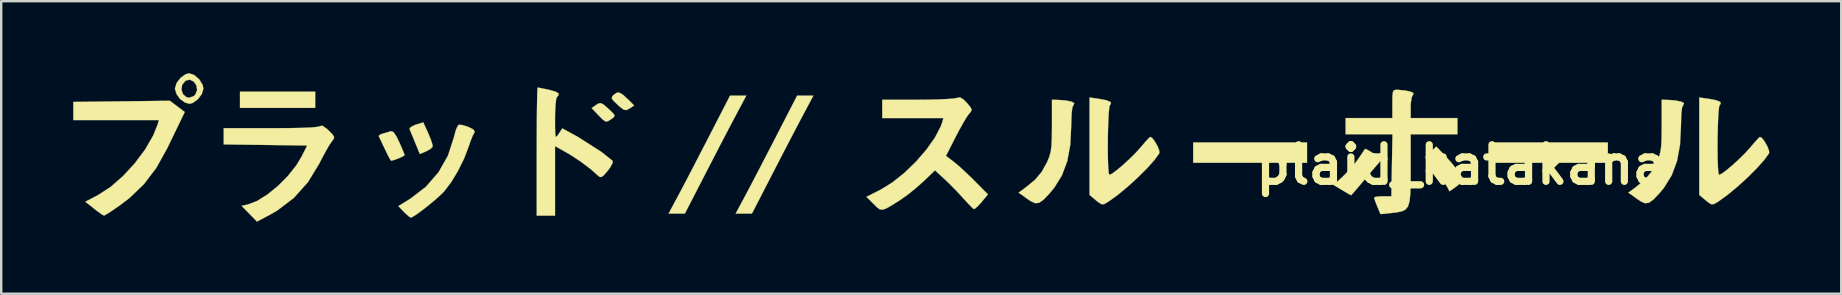
<source format=kicad_pcb>
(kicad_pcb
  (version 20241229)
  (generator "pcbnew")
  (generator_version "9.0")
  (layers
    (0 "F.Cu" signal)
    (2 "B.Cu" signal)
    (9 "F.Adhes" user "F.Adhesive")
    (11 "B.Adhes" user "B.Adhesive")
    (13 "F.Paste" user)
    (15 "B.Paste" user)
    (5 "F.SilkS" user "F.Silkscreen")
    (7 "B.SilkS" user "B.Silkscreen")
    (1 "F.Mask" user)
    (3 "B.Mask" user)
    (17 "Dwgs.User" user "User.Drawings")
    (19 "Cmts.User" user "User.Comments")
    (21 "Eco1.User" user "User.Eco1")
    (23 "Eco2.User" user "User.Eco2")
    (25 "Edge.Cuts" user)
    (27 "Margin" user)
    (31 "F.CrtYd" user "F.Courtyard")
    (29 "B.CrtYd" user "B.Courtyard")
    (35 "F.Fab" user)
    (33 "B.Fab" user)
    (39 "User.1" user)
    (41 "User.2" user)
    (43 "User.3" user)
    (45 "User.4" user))
  (footprint "plaid_katakana"
    (layer "F.Cu")
    (at 57.832 3.815)
    (property "Reference" "plaid_katakana" (at 0 0 0) (layer "F.SilkS") (effects (font (size 1.524 1.524) (thickness 0.3))))
    (attr through_hole)
    (fp_poly (pts (xy -47.752 -2.371) (xy -50.885 -2.371) (xy -50.885 -3.048) (xy -47.752 -3.048) (xy -47.752 -2.371)) (stroke (width 0.01) (type solid)) (fill yes) (layer "F.SilkS"))
    (fp_poly (pts (xy -6.435 -0.085) (xy -11.176 -0.085) (xy -11.176 -0.931) (xy -6.435 -0.931) (xy -6.435 -0.085)) (stroke (width 0.01) (type solid)) (fill yes) (layer "F.SilkS"))
    (fp_poly (pts (xy 6.096 -0.085) (xy 1.355 -0.085) (xy 1.355 -0.931) (xy 6.096 -0.931) (xy 6.096 -0.085)) (stroke (width 0.01) (type solid)) (fill yes) (layer "F.SilkS"))
    (fp_poly (pts (xy -35.727 -2.501) (xy -35.547 -2.344) (xy -35.378 -2.183) (xy -35.279 -2.069) (xy -35.308 -1.988) (xy -35.412 -1.908) (xy -35.55 -1.818) (xy -35.649 -1.802) (xy -35.761 -1.873) (xy -35.935 -2.049) (xy -35.961 -2.076) (xy -36.235 -2.363) (xy -36.05 -2.492) (xy -35.942 -2.558) (xy -35.846 -2.566) (xy -35.727 -2.501)) (stroke (width 0.01) (type solid)) (fill yes) (layer "F.SilkS"))
    (fp_poly (pts (xy -35.067 -3.002) (xy -34.913 -2.903) (xy -34.687 -2.692) (xy -34.653 -2.658) (xy -34.466 -2.47) (xy -34.657 -2.345) (xy -34.781 -2.28) (xy -34.891 -2.292) (xy -35.038 -2.398) (xy -35.153 -2.501) (xy -35.332 -2.672) (xy -35.4 -2.775) (xy -35.372 -2.856) (xy -35.3 -2.927) (xy -35.184 -3.005) (xy -35.067 -3.002)) (stroke (width 0.01) (type solid)) (fill yes) (layer "F.SilkS"))
    (fp_poly (pts (xy -43.039 -1.306) (xy -42.931 -1.044) (xy -42.867 -0.84) (xy -42.859 -0.753) (xy -42.952 -0.658) (xy -43.134 -0.558) (xy -43.141 -0.555) (xy -43.392 -0.449) (xy -43.587 -0.923) (xy -43.697 -1.191) (xy -43.785 -1.4) (xy -43.822 -1.488) (xy -43.778 -1.567) (xy -43.616 -1.652) (xy -43.557 -1.672) (xy -43.25 -1.767) (xy -43.039 -1.306)) (stroke (width 0.01) (type solid)) (fill yes) (layer "F.SilkS"))
    (fp_poly (pts (xy -30.168 -2.18) (xy -30.319 -1.895) (xy -30.53 -1.493) (xy -30.784 -1.008) (xy -31.062 -0.472) (xy -31.347 0.08) (xy -31.448 0.275) (xy -32.353 2.032) (xy -33.029 2.032) (xy -32.654 1.333) (xy -32.503 1.049) (xy -32.292 0.647) (xy -32.039 0.161) (xy -31.761 -0.375) (xy -31.475 -0.927) (xy -31.375 -1.122) (xy -30.47 -2.879) (xy -29.794 -2.879) (xy -30.168 -2.18)) (stroke (width 0.01) (type solid)) (fill yes) (layer "F.SilkS"))
    (fp_poly (pts (xy -27.374 -2.18) (xy -27.525 -1.895) (xy -27.736 -1.493) (xy -27.99 -1.008) (xy -28.268 -0.472) (xy -28.553 0.08) (xy -28.654 0.275) (xy -29.559 2.032) (xy -30.235 2.032) (xy -29.86 1.333) (xy -29.709 1.049) (xy -29.498 0.647) (xy -29.245 0.161) (xy -28.967 -0.375) (xy -28.681 -0.927) (xy -28.581 -1.122) (xy -27.676 -2.879) (xy -27 -2.879) (xy -27.374 -2.18)) (stroke (width 0.01) (type solid)) (fill yes) (layer "F.SilkS"))
    (fp_poly (pts (xy -0.707 -0.402) (xy -0.395 -0.057) (xy -0.154 0.248) (xy 0.001 0.488) (xy 0.054 0.642) (xy 0.047 0.67) (xy -0.053 0.773) (xy -0.228 0.913) (xy -0.252 0.93) (xy -0.499 1.106) (xy -0.6 0.913) (xy -0.701 0.753) (xy -0.872 0.51) (xy -1.08 0.234) (xy -1.106 0.2) (xy -1.511 -0.319) (xy -1.281 -0.54) (xy -1.05 -0.761) (xy -0.707 -0.402)) (stroke (width 0.01) (type solid)) (fill yes) (layer "F.SilkS"))
    (fp_poly (pts (xy -44.498 -1.369) (xy -44.374 -1.195) (xy -44.252 -0.946) (xy -44.136 -0.682) (xy -44.055 -0.485) (xy -44.027 -0.4) (xy -44.096 -0.351) (xy -44.256 -0.278) (xy -44.439 -0.208) (xy -44.576 -0.171) (xy -44.591 -0.169) (xy -44.639 -0.24) (xy -44.736 -0.423) (xy -44.849 -0.656) (xy -44.972 -0.917) (xy -45.065 -1.114) (xy -45.106 -1.196) (xy -45.058 -1.254) (xy -44.927 -1.302) (xy -44.716 -1.361) (xy -44.598 -1.401) (xy -44.498 -1.369)) (stroke (width 0.01) (type solid)) (fill yes) (layer "F.SilkS"))
    (fp_poly (pts (xy -3.94 -0.636) (xy -3.771 -0.539) (xy -3.65 -0.462) (xy -3.447 -0.322) (xy -3.366 -0.232) (xy -3.387 -0.148) (xy -3.468 -0.053) (xy -3.597 0.095) (xy -3.797 0.329) (xy -4.031 0.608) (xy -4.107 0.699) (xy -4.321 0.953) (xy -4.489 1.149) (xy -4.585 1.257) (xy -4.598 1.269) (xy -4.673 1.229) (xy -4.847 1.129) (xy -4.97 1.055) (xy -5.325 0.842) (xy -4.94 0.487) (xy -4.673 0.215) (xy -4.415 -0.089) (xy -4.295 -0.252) (xy -4.148 -0.469) (xy -4.046 -0.62) (xy -4.016 -0.663) (xy -3.94 -0.636)) (stroke (width 0.01) (type solid)) (fill yes) (layer "F.SilkS"))
    (fp_poly (pts (xy -53.496 -2.433) (xy -53.186 -2.199) (xy -53.339 -1.883) (xy -53.438 -1.678) (xy -53.589 -1.366) (xy -53.77 -0.992) (xy -53.928 -0.666) (xy -54.375 0.134) (xy -54.886 0.805) (xy -55.493 1.387) (xy -55.907 1.701) (xy -56.181 1.889) (xy -56.401 2.033) (xy -56.531 2.109) (xy -56.549 2.116) (xy -56.638 2.067) (xy -56.814 1.942) (xy -56.963 1.826) (xy -57.326 1.538) (xy -56.794 1.259) (xy -56.277 0.924) (xy -55.757 0.47) (xy -55.266 -0.063) (xy -54.837 -0.636) (xy -54.502 -1.213) (xy -54.318 -1.672) (xy -54.26 -1.863) (xy -57.827 -1.863) (xy -57.827 -2.619) (xy -55.816 -2.643) (xy -53.806 -2.667) (xy -53.496 -2.433)) (stroke (width 0.01) (type solid)) (fill yes) (layer "F.SilkS"))
    (fp_poly (pts (xy -16.764 -2.701) (xy -16.469 -2.677) (xy -16.247 -2.63) (xy -16.131 -2.571) (xy -16.151 -2.51) (xy -16.209 -2.394) (xy -16.243 -2.124) (xy -16.256 -1.695) (xy -16.256 -1.65) (xy -16.296 -0.84) (xy -16.422 -0.154) (xy -16.643 0.437) (xy -16.967 0.959) (xy -17.162 1.193) (xy -17.407 1.449) (xy -17.589 1.581) (xy -17.753 1.601) (xy -17.94 1.518) (xy -18.093 1.414) (xy -18.448 1.16) (xy -18.135 0.93) (xy -17.758 0.618) (xy -17.487 0.294) (xy -17.264 -0.108) (xy -17.255 -0.128) (xy -17.172 -0.328) (xy -17.116 -0.527) (xy -17.082 -0.765) (xy -17.066 -1.083) (xy -17.06 -1.523) (xy -17.06 -1.63) (xy -17.06 -2.709) (xy -16.764 -2.701)) (stroke (width 0.01) (type solid)) (fill yes) (layer "F.SilkS"))
    (fp_poly (pts (xy 8.636 -2.701) (xy 8.931 -2.677) (xy 9.153 -2.63) (xy 9.269 -2.571) (xy 9.249 -2.51) (xy 9.191 -2.394) (xy 9.157 -2.124) (xy 9.144 -1.695) (xy 9.144 -1.65) (xy 9.104 -0.84) (xy 8.978 -0.154) (xy 8.757 0.437) (xy 8.433 0.959) (xy 8.238 1.193) (xy 7.993 1.449) (xy 7.811 1.581) (xy 7.647 1.601) (xy 7.46 1.518) (xy 7.307 1.414) (xy 6.952 1.16) (xy 7.265 0.93) (xy 7.642 0.618) (xy 7.913 0.294) (xy 8.136 -0.108) (xy 8.145 -0.128) (xy 8.228 -0.328) (xy 8.284 -0.527) (xy 8.318 -0.765) (xy 8.334 -1.083) (xy 8.34 -1.523) (xy 8.34 -1.63) (xy 8.34 -2.709) (xy 8.636 -2.701)) (stroke (width 0.01) (type solid)) (fill yes) (layer "F.SilkS"))
    (fp_poly (pts (xy -52.788 -3.738) (xy -52.584 -3.559) (xy -52.442 -3.331) (xy -52.409 -3.175) (xy -52.476 -2.946) (xy -52.643 -2.728) (xy -52.855 -2.576) (xy -53.001 -2.54) (xy -53.181 -2.598) (xy -53.375 -2.737) (xy -53.386 -2.748) (xy -53.531 -2.954) (xy -53.583 -3.13) (xy -53.324 -3.13) (xy -53.259 -2.936) (xy -53.106 -2.812) (xy -53.001 -2.794) (xy -52.822 -2.855) (xy -52.751 -2.916) (xy -52.67 -3.111) (xy -52.701 -3.31) (xy -52.814 -3.47) (xy -52.978 -3.547) (xy -53.15 -3.505) (xy -53.292 -3.338) (xy -53.324 -3.13) (xy -53.583 -3.13) (xy -53.594 -3.167) (xy -53.594 -3.175) (xy -53.527 -3.404) (xy -53.36 -3.622) (xy -53.147 -3.774) (xy -53.001 -3.81) (xy -52.788 -3.738)) (stroke (width 0.01) (type solid)) (fill yes) (layer "F.SilkS"))
    (fp_poly (pts (xy -41.639 -1.66) (xy -41.424 -1.597) (xy -41.359 -1.572) (xy -41.158 -1.468) (xy -41.105 -1.379) (xy -41.126 -1.333) (xy -41.197 -1.198) (xy -41.291 -0.96) (xy -41.358 -0.762) (xy -41.549 -0.262) (xy -41.804 0.253) (xy -42.089 0.726) (xy -42.373 1.098) (xy -42.404 1.133) (xy -42.596 1.318) (xy -42.848 1.537) (xy -43.125 1.762) (xy -43.39 1.966) (xy -43.61 2.12) (xy -43.748 2.197) (xy -43.766 2.201) (xy -43.857 2.146) (xy -44.01 2.007) (xy -44.056 1.961) (xy -44.286 1.721) (xy -43.783 1.41) (xy -43.142 0.918) (xy -42.616 0.314) (xy -42.221 -0.381) (xy -41.973 -1.143) (xy -41.969 -1.161) (xy -41.899 -1.423) (xy -41.822 -1.609) (xy -41.773 -1.666) (xy -41.639 -1.66)) (stroke (width 0.01) (type solid)) (fill yes) (layer "F.SilkS"))
    (fp_poly (pts (xy -47.271 -1.503) (xy -47.193 -1.431) (xy -47.023 -1.258) (xy -46.962 -1.151) (xy -46.994 -1.057) (xy -47.057 -0.979) (xy -47.16 -0.828) (xy -47.31 -0.569) (xy -47.485 -0.243) (xy -47.582 -0.051) (xy -48.053 0.722) (xy -48.64 1.377) (xy -49.332 1.904) (xy -49.586 2.051) (xy -50.177 2.366) (xy -50.497 2.038) (xy -50.817 1.711) (xy -50.559 1.654) (xy -50.171 1.506) (xy -49.74 1.237) (xy -49.301 0.88) (xy -48.888 0.464) (xy -48.536 0.02) (xy -48.307 -0.361) (xy -48.086 -0.804) (xy -49.824 -0.827) (xy -51.562 -0.85) (xy -51.562 -1.524) (xy -49.577 -1.524) (xy -48.84 -1.528) (xy -48.269 -1.539) (xy -47.862 -1.558) (xy -47.618 -1.586) (xy -47.536 -1.616) (xy -47.444 -1.623) (xy -47.271 -1.503)) (stroke (width 0.01) (type solid)) (fill yes) (layer "F.SilkS"))
    (fp_poly (pts (xy -2.646 -3.123) (xy -2.352 -3.096) (xy -2.126 -3.048) (xy -2.002 -2.991) (xy -2.011 -2.935) (xy -2.076 -2.81) (xy -2.112 -2.558) (xy -2.117 -2.408) (xy -2.117 -1.947) (xy -0.169 -1.947) (xy -0.169 -1.27) (xy -2.117 -1.27) (xy -2.117 0.199) (xy -2.119 0.78) (xy -2.132 1.215) (xy -2.165 1.526) (xy -2.229 1.735) (xy -2.334 1.866) (xy -2.489 1.941) (xy -2.704 1.983) (xy -2.906 2.006) (xy -3.375 2.054) (xy -3.508 1.737) (xy -3.592 1.524) (xy -3.638 1.384) (xy -3.641 1.365) (xy -3.565 1.333) (xy -3.376 1.314) (xy -3.281 1.312) (xy -2.921 1.312) (xy -2.898 0.021) (xy -2.874 -1.27) (xy -4.826 -1.27) (xy -4.826 -1.947) (xy -2.879 -1.947) (xy -2.879 -2.54) (xy -2.876 -2.849) (xy -2.859 -3.026) (xy -2.813 -3.105) (xy -2.724 -3.125) (xy -2.646 -3.123)) (stroke (width 0.01) (type solid)) (fill yes) (layer "F.SilkS"))
    (fp_poly (pts (xy -38.387 -3.201) (xy -38.179 -3.159) (xy -38.02 -3.126) (xy -37.727 -3.044) (xy -37.6 -2.958) (xy -37.637 -2.865) (xy -37.677 -2.836) (xy -37.713 -2.733) (xy -37.741 -2.497) (xy -37.758 -2.165) (xy -37.761 -1.921) (xy -37.76 -1.534) (xy -37.753 -1.295) (xy -37.735 -1.179) (xy -37.702 -1.166) (xy -37.646 -1.232) (xy -37.61 -1.287) (xy -37.459 -1.515) (xy -36.827 -1.173) (xy -35.829 -0.537) (xy -35.36 -0.162) (xy -35.366 -0.067) (xy -35.463 0.109) (xy -35.561 0.242) (xy -35.73 0.438) (xy -35.838 0.515) (xy -35.923 0.492) (xy -35.954 0.465) (xy -36.286 0.171) (xy -36.704 -0.143) (xy -37.14 -0.428) (xy -37.275 -0.506) (xy -37.761 -0.778) (xy -37.761 2.117) (xy -38.523 2.117) (xy -38.523 -0.55) (xy -38.522 -1.203) (xy -38.519 -1.798) (xy -38.514 -2.315) (xy -38.507 -2.733) (xy -38.499 -3.033) (xy -38.49 -3.195) (xy -38.485 -3.217) (xy -38.387 -3.201)) (stroke (width 0.01) (type solid)) (fill yes) (layer "F.SilkS"))
    (fp_poly (pts (xy -15.092 -2.747) (xy -14.777 -2.685) (xy -14.612 -2.611) (xy -14.604 -2.531) (xy -14.64 -2.502) (xy -14.669 -2.406) (xy -14.693 -2.177) (xy -14.712 -1.849) (xy -14.725 -1.456) (xy -14.733 -1.031) (xy -14.734 -0.606) (xy -14.729 -0.215) (xy -14.716 0.109) (xy -14.697 0.333) (xy -14.67 0.423) (xy -14.668 0.423) (xy -14.552 0.367) (xy -14.353 0.219) (xy -14.101 0.007) (xy -13.832 -0.24) (xy -13.578 -0.49) (xy -13.373 -0.717) (xy -13.362 -0.73) (xy -13.177 -0.948) (xy -13.033 -1.105) (xy -12.967 -1.163) (xy -12.882 -1.115) (xy -12.769 -0.966) (xy -12.661 -0.773) (xy -12.59 -0.592) (xy -12.585 -0.484) (xy -12.79 -0.202) (xy -13.098 0.144) (xy -13.477 0.522) (xy -13.891 0.9) (xy -14.307 1.244) (xy -14.689 1.522) (xy -14.743 1.557) (xy -14.894 1.641) (xy -15.008 1.639) (xy -15.155 1.539) (xy -15.23 1.477) (xy -15.494 1.255) (xy -15.494 -2.804) (xy -15.092 -2.747)) (stroke (width 0.01) (type solid)) (fill yes) (layer "F.SilkS"))
    (fp_poly (pts (xy 10.308 -2.747) (xy 10.623 -2.685) (xy 10.788 -2.611) (xy 10.796 -2.531) (xy 10.76 -2.502) (xy 10.731 -2.406) (xy 10.707 -2.177) (xy 10.688 -1.849) (xy 10.675 -1.456) (xy 10.667 -1.031) (xy 10.666 -0.606) (xy 10.671 -0.215) (xy 10.684 0.109) (xy 10.703 0.333) (xy 10.73 0.423) (xy 10.732 0.423) (xy 10.848 0.367) (xy 11.047 0.219) (xy 11.299 0.007) (xy 11.568 -0.24) (xy 11.822 -0.49) (xy 12.027 -0.717) (xy 12.038 -0.73) (xy 12.223 -0.948) (xy 12.367 -1.105) (xy 12.433 -1.163) (xy 12.518 -1.115) (xy 12.631 -0.966) (xy 12.739 -0.773) (xy 12.81 -0.592) (xy 12.815 -0.484) (xy 12.61 -0.202) (xy 12.302 0.144) (xy 11.923 0.522) (xy 11.509 0.9) (xy 11.093 1.244) (xy 10.711 1.522) (xy 10.657 1.557) (xy 10.506 1.641) (xy 10.392 1.639) (xy 10.245 1.539) (xy 10.17 1.477) (xy 9.906 1.255) (xy 9.906 -2.804) (xy 10.308 -2.747)) (stroke (width 0.01) (type solid)) (fill yes) (layer "F.SilkS"))
    (fp_poly (pts (xy -20.744 -2.721) (xy -20.606 -2.58) (xy -20.454 -2.4) (xy -20.404 -2.291) (xy -20.446 -2.2) (xy -20.501 -2.142) (xy -20.602 -2.004) (xy -20.753 -1.755) (xy -20.932 -1.432) (xy -21.064 -1.18) (xy -21.476 -0.37) (xy -21.163 -0.135) (xy -20.959 0.034) (xy -20.686 0.282) (xy -20.392 0.563) (xy -20.289 0.666) (xy -19.728 1.232) (xy -19.991 1.551) (xy -20.155 1.731) (xy -20.279 1.835) (xy -20.316 1.845) (xy -20.399 1.773) (xy -20.558 1.609) (xy -20.751 1.397) (xy -21.029 1.096) (xy -21.343 0.778) (xy -21.528 0.602) (xy -21.931 0.23) (xy -22.422 0.699) (xy -22.734 0.976) (xy -23.077 1.25) (xy -23.373 1.46) (xy -23.717 1.678) (xy -23.952 1.813) (xy -24.111 1.87) (xy -24.231 1.856) (xy -24.345 1.775) (xy -24.486 1.636) (xy -24.787 1.335) (xy -24.183 1.028) (xy -23.697 0.727) (xy -23.199 0.329) (xy -22.72 -0.136) (xy -22.289 -0.633) (xy -21.937 -1.13) (xy -21.694 -1.595) (xy -21.636 -1.757) (xy -21.579 -1.947) (xy -24.13 -1.947) (xy -24.13 -2.709) (xy -22.643 -2.709) (xy -22.149 -2.714) (xy -21.707 -2.726) (xy -21.349 -2.744) (xy -21.103 -2.767) (xy -21.009 -2.788) (xy -20.886 -2.808) (xy -20.744 -2.721)) (stroke (width 0.01) (type solid)) (fill yes) (layer "F.SilkS")))
  (gr_rect
    (start -3 -3)
    (end 73.652 9.186)
    (stroke (width 0.1) (type default))
    (fill no)
    (layer "Edge.Cuts")))
</source>
